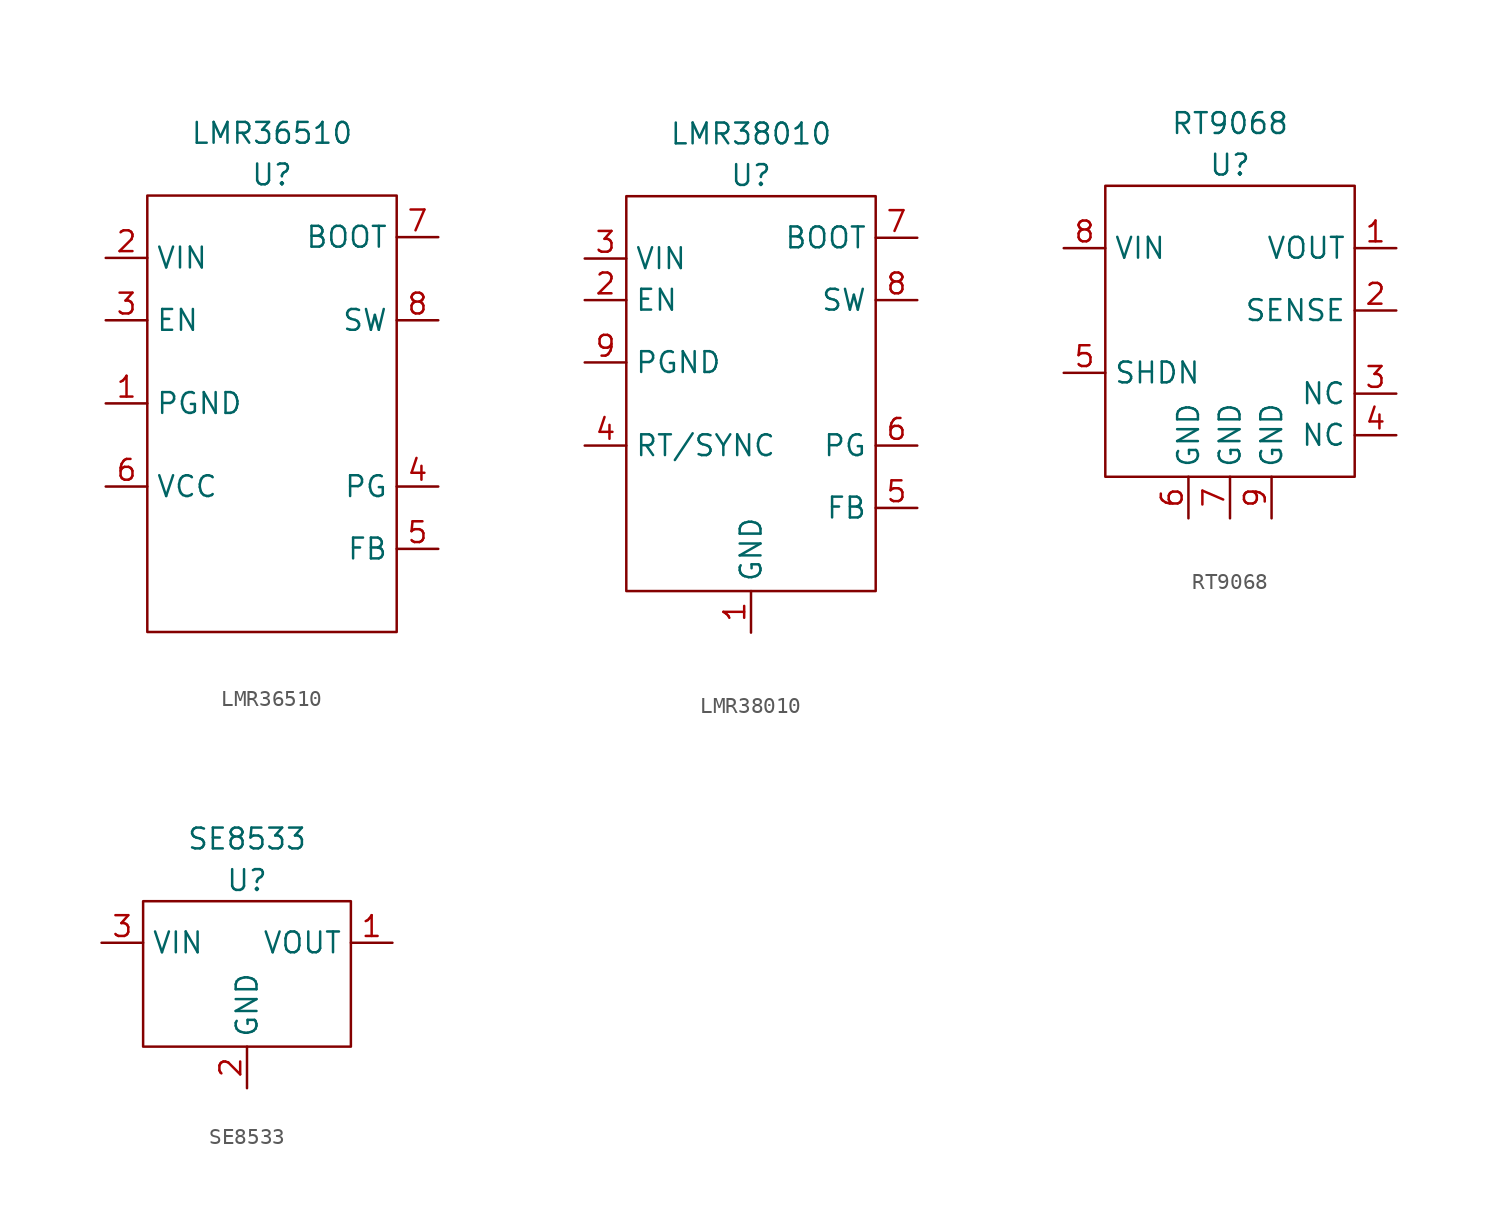
<source format=kicad_sym>
(kicad_symbol_lib
  (version 20211014)
  (generator kicad_symbol_editor)
  (symbol "LMR36510"
    (property "Reference" "U"
      (at 0 0 0)
      (effects (font (size 1.27 1.27))))
    (property "Value" "LMR36510"
      (at 0 2.54 0)
      (effects (font (size 1.27 1.27))))
    (symbol "LMR36510_0_1"
      (rectangle (start -7.62 -1.27) (end 7.62 -27.94) (stroke (width 0) (type default) (color 0 0 0 0)) (fill (type none))))
    (symbol "LMR36510_1_1"
      (pin input line (at -10.16 -13.97 0) (length 2.54) (name "PGND" (effects (font (size 1.27 1.27)))) (number "1" (effects (font (size 1.27 1.27)))))
      (pin input line (at -10.16 -5.08 0) (length 2.54) (name "VIN" (effects (font (size 1.27 1.27)))) (number "2" (effects (font (size 1.27 1.27)))))
      (pin input line (at -10.16 -8.89 0) (length 2.54) (name "EN" (effects (font (size 1.27 1.27)))) (number "3" (effects (font (size 1.27 1.27)))))
      (pin input line (at 10.16 -19.05 180) (length 2.54) (name "PG" (effects (font (size 1.27 1.27)))) (number "4" (effects (font (size 1.27 1.27)))))
      (pin input line (at 10.16 -22.86 180) (length 2.54) (name "FB" (effects (font (size 1.27 1.27)))) (number "5" (effects (font (size 1.27 1.27)))))
      (pin input line (at -10.16 -19.05 0) (length 2.54) (name "VCC" (effects (font (size 1.27 1.27)))) (number "6" (effects (font (size 1.27 1.27)))))
      (pin input line (at 10.16 -3.81 180) (length 2.54) (name "BOOT" (effects (font (size 1.27 1.27)))) (number "7" (effects (font (size 1.27 1.27)))))
      (pin input line (at 10.16 -8.89 180) (length 2.54) (name "SW" (effects (font (size 1.27 1.27)))) (number "8" (effects (font (size 1.27 1.27)))))))
  (symbol "LMR38010"
    (property "Reference" "U"
      (at 0 0 0)
      (effects (font (size 1.27 1.27))))
    (property "Value" "LMR38010"
      (at 0 2.54 0)
      (effects (font (size 1.27 1.27))))
    (symbol "LMR38010_0_1"
      (rectangle (start -7.62 -1.27) (end 7.62 -25.4) (stroke (width 0) (type default) (color 0 0 0 0)) (fill (type none))))
    (symbol "LMR38010_1_1"
      (pin input line (at 0 -27.94 90) (length 2.54) (name "GND" (effects (font (size 1.27 1.27)))) (number "1" (effects (font (size 1.27 1.27)))))
      (pin input line (at -10.16 -7.62 0) (length 2.54) (name "EN" (effects (font (size 1.27 1.27)))) (number "2" (effects (font (size 1.27 1.27)))))
      (pin input line (at -10.16 -5.08 0) (length 2.54) (name "VIN" (effects (font (size 1.27 1.27)))) (number "3" (effects (font (size 1.27 1.27)))))
      (pin input line (at -10.16 -16.51 0) (length 2.54) (name "RT/SYNC" (effects (font (size 1.27 1.27)))) (number "4" (effects (font (size 1.27 1.27)))))
      (pin input line (at 10.16 -20.32 180) (length 2.54) (name "FB" (effects (font (size 1.27 1.27)))) (number "5" (effects (font (size 1.27 1.27)))))
      (pin input line (at 10.16 -16.51 180) (length 2.54) (name "PG" (effects (font (size 1.27 1.27)))) (number "6" (effects (font (size 1.27 1.27)))))
      (pin input line (at 10.16 -3.81 180) (length 2.54) (name "BOOT" (effects (font (size 1.27 1.27)))) (number "7" (effects (font (size 1.27 1.27)))))
      (pin input line (at 10.16 -7.62 180) (length 2.54) (name "SW" (effects (font (size 1.27 1.27)))) (number "8" (effects (font (size 1.27 1.27)))))
      (pin input line (at -10.16 -11.43 0) (length 2.54) (name "PGND" (effects (font (size 1.27 1.27)))) (number "9" (effects (font (size 1.27 1.27)))))))
  (symbol "RT9068"
    (property "Reference" "U"
      (at 0 0 0)
      (effects (font (size 1.27 1.27))))
    (property "Value" "RT9068"
      (at 0 2.54 0)
      (effects (font (size 1.27 1.27))))
    (symbol "RT9068_0_1"
      (rectangle (start -7.62 -1.27) (end 7.62 -19.05) (stroke (width 0) (type default) (color 0 0 0 0)) (fill (type none))))
    (symbol "RT9068_1_1"
      (pin output line (at 10.16 -5.08 180) (length 2.54) (name "VOUT" (effects (font (size 1.27 1.27)))) (number "1" (effects (font (size 1.27 1.27)))))
      (pin output line (at 10.16 -8.89 180) (length 2.54) (name "SENSE" (effects (font (size 1.27 1.27)))) (number "2" (effects (font (size 1.27 1.27)))))
      (pin output line (at 10.16 -13.97 180) (length 2.54) (name "NC" (effects (font (size 1.27 1.27)))) (number "3" (effects (font (size 1.27 1.27)))))
      (pin output line (at 10.16 -16.51 180) (length 2.54) (name "NC" (effects (font (size 1.27 1.27)))) (number "4" (effects (font (size 1.27 1.27)))))
      (pin output line (at -10.16 -12.7 0) (length 2.54) (name "SHDN" (effects (font (size 1.27 1.27)))) (number "5" (effects (font (size 1.27 1.27)))))
      (pin input line (at -2.54 -21.59 90) (length 2.54) (name "GND" (effects (font (size 1.27 1.27)))) (number "6" (effects (font (size 1.27 1.27)))))
      (pin input line (at 0 -21.59 90) (length 2.54) (name "GND" (effects (font (size 1.27 1.27)))) (number "7" (effects (font (size 1.27 1.27)))))
      (pin input line (at -10.16 -5.08 0) (length 2.54) (name "VIN" (effects (font (size 1.27 1.27)))) (number "8" (effects (font (size 1.27 1.27)))))
      (pin input line (at 2.54 -21.59 90) (length 2.54) (name "GND" (effects (font (size 1.27 1.27)))) (number "9" (effects (font (size 1.27 1.27)))))))
  (symbol "SE8533"
    (property "Reference" "U"
      (at 0 0 0)
      (effects (font (size 1.27 1.27))))
    (property "Value" "SE8533"
      (at 0 2.54 0)
      (effects (font (size 1.27 1.27))))
    (symbol "SE8533_0_1"
      (rectangle (start -6.35 -1.27) (end 6.35 -10.16) (stroke (width 0) (type default) (color 0 0 0 0)) (fill (type none))))
    (symbol "SE8533_1_1"
      (pin power_out line (at 8.89 -3.81 180) (length 2.54) (name "VOUT" (effects (font (size 1.27 1.27)))) (number "1" (effects (font (size 1.27 1.27)))))
      (pin power_in line (at 0 -12.7 90) (length 2.54) (name "GND" (effects (font (size 1.27 1.27)))) (number "2" (effects (font (size 1.27 1.27)))))
      (pin power_in line (at -8.89 -3.81 0) (length 2.54) (name "VIN" (effects (font (size 1.27 1.27)))) (number "3" (effects (font (size 1.27 1.27))))))))
</source>
